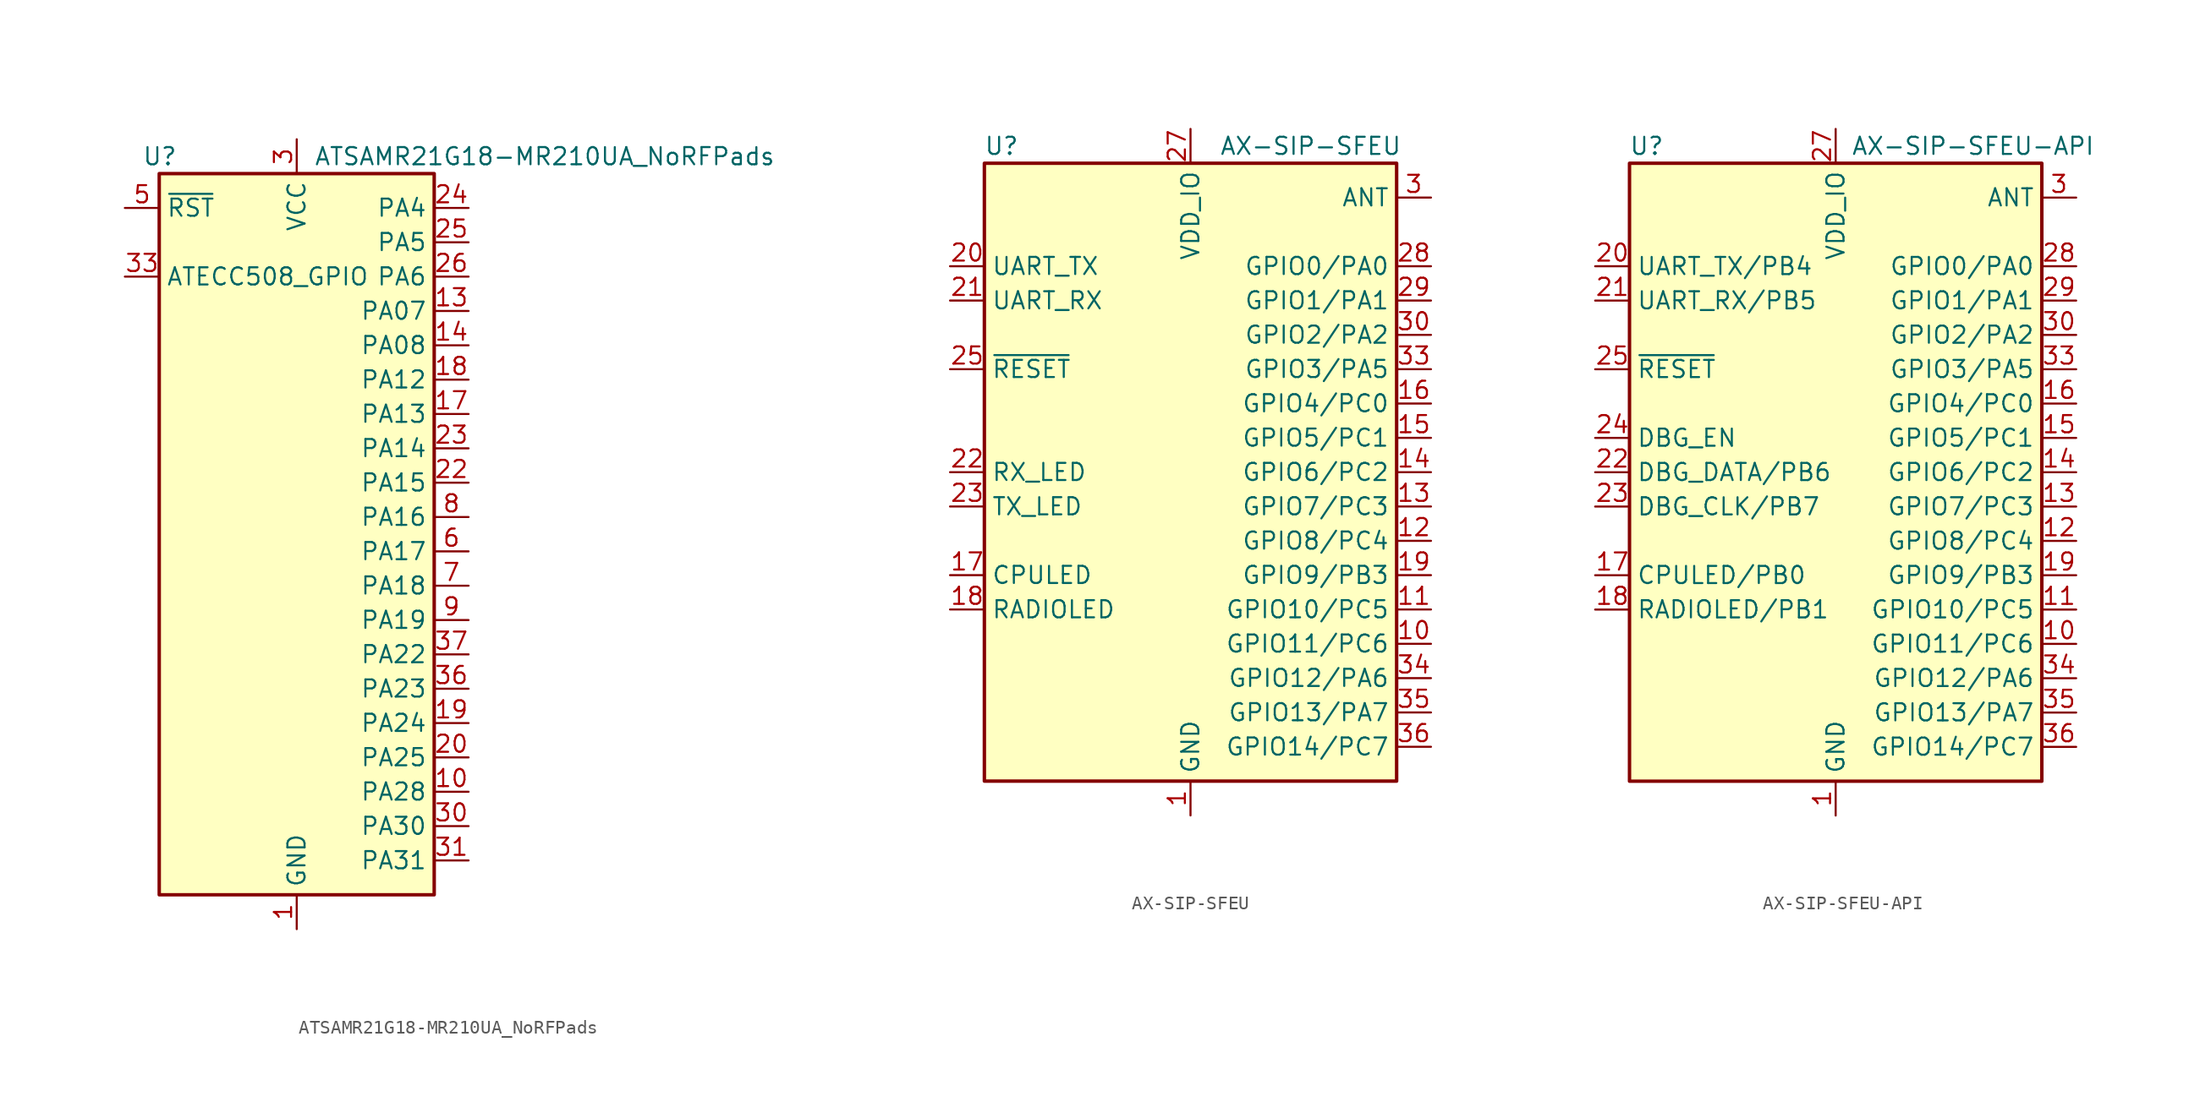
<source format=kicad_sym>
(kicad_symbol_lib
  (version 20200908)
  (generator kicad_symbol_editor)
  (symbol "RF_Module:ATSAMR21G18-MR210UA_NoRFPads"
    (property "Reference" "U"
      (at -11.43 29.21 0)
      (effects (font (size 1.27 1.27)) (justify left)))
    (property "Value" "ATSAMR21G18-MR210UA_NoRFPads"
      (at 1.27 29.21 0)
      (effects (font (size 1.27 1.27)) (justify left)))
    (symbol "ATSAMR21G18-MR210UA_NoRFPads_1_1"
      (rectangle (start -10.16 27.94) (end 10.16 -25.4) (stroke (width 0.254)) (fill (type background)))
      (pin power_in line (at 0 -27.94 90) (length 2.54) (name "GND" (effects (font (size 1.27 1.27)))) (number "1" (effects (font (size 1.27 1.27)))))
      (pin bidirectional line (at 12.7 -17.78 180) (length 2.54) (name "PA28" (effects (font (size 1.27 1.27)))) (number "10" (effects (font (size 1.27 1.27)))))
      (pin unconnected line (at -10.16 15.24 0) (length 2.54) hide (name "NC" (effects (font (size 1.27 1.27)))) (number "11" (effects (font (size 1.27 1.27)))))
      (pin passive line (at 0 -27.94 90) (length 2.54) hide (name "GND" (effects (font (size 1.27 1.27)))) (number "12" (effects (font (size 1.27 1.27)))))
      (pin bidirectional line (at 12.7 17.78 180) (length 2.54) (name "PA07" (effects (font (size 1.27 1.27)))) (number "13" (effects (font (size 1.27 1.27)))))
      (pin bidirectional line (at 12.7 15.24 180) (length 2.54) (name "PA08" (effects (font (size 1.27 1.27)))) (number "14" (effects (font (size 1.27 1.27)))))
      (pin unconnected line (at -10.16 12.7 0) (length 2.54) hide (name "NC" (effects (font (size 1.27 1.27)))) (number "15" (effects (font (size 1.27 1.27)))))
      (pin unconnected line (at -10.16 10.16 0) (length 2.54) hide (name "NC" (effects (font (size 1.27 1.27)))) (number "16" (effects (font (size 1.27 1.27)))))
      (pin bidirectional line (at 12.7 10.16 180) (length 2.54) (name "PA13" (effects (font (size 1.27 1.27)))) (number "17" (effects (font (size 1.27 1.27)))))
      (pin bidirectional line (at 12.7 12.7 180) (length 2.54) (name "PA12" (effects (font (size 1.27 1.27)))) (number "18" (effects (font (size 1.27 1.27)))))
      (pin bidirectional line (at 12.7 -12.7 180) (length 2.54) (name "PA24" (effects (font (size 1.27 1.27)))) (number "19" (effects (font (size 1.27 1.27)))))
      (pin passive line (at 0 -27.94 90) (length 2.54) hide (name "GND" (effects (font (size 1.27 1.27)))) (number "2" (effects (font (size 1.27 1.27)))))
      (pin bidirectional line (at 12.7 -15.24 180) (length 2.54) (name "PA25" (effects (font (size 1.27 1.27)))) (number "20" (effects (font (size 1.27 1.27)))))
      (pin unconnected line (at -10.16 7.62 0) (length 2.54) hide (name "NC" (effects (font (size 1.27 1.27)))) (number "21" (effects (font (size 1.27 1.27)))))
      (pin bidirectional line (at 12.7 5.08 180) (length 2.54) (name "PA15" (effects (font (size 1.27 1.27)))) (number "22" (effects (font (size 1.27 1.27)))))
      (pin bidirectional line (at 12.7 7.62 180) (length 2.54) (name "PA14" (effects (font (size 1.27 1.27)))) (number "23" (effects (font (size 1.27 1.27)))))
      (pin bidirectional line (at 12.7 25.4 180) (length 2.54) (name "PA4" (effects (font (size 1.27 1.27)))) (number "24" (effects (font (size 1.27 1.27)))))
      (pin bidirectional line (at 12.7 22.86 180) (length 2.54) (name "PA5" (effects (font (size 1.27 1.27)))) (number "25" (effects (font (size 1.27 1.27)))))
      (pin bidirectional line (at 12.7 20.32 180) (length 2.54) (name "PA6" (effects (font (size 1.27 1.27)))) (number "26" (effects (font (size 1.27 1.27)))))
      (pin unconnected line (at -10.16 5.08 0) (length 2.54) hide (name "NC" (effects (font (size 1.27 1.27)))) (number "27" (effects (font (size 1.27 1.27)))))
      (pin unconnected line (at -10.16 2.54 0) (length 2.54) hide (name "NC" (effects (font (size 1.27 1.27)))) (number "28" (effects (font (size 1.27 1.27)))))
      (pin passive line (at 0 -27.94 90) (length 2.54) hide (name "GND" (effects (font (size 1.27 1.27)))) (number "29" (effects (font (size 1.27 1.27)))))
      (pin power_in line (at 0 30.48 270) (length 2.54) (name "VCC" (effects (font (size 1.27 1.27)))) (number "3" (effects (font (size 1.27 1.27)))))
      (pin bidirectional line (at 12.7 -20.32 180) (length 2.54) (name "PA30" (effects (font (size 1.27 1.27)))) (number "30" (effects (font (size 1.27 1.27)))))
      (pin bidirectional line (at 12.7 -22.86 180) (length 2.54) (name "PA31" (effects (font (size 1.27 1.27)))) (number "31" (effects (font (size 1.27 1.27)))))
      (pin unconnected line (at -10.16 0 0) (length 2.54) hide (name "NC" (effects (font (size 1.27 1.27)))) (number "32" (effects (font (size 1.27 1.27)))))
      (pin bidirectional line (at -12.7 20.32 0) (length 2.54) (name "ATECC508_GPIO" (effects (font (size 1.27 1.27)))) (number "33" (effects (font (size 1.27 1.27)))))
      (pin unconnected line (at -10.16 -2.54 0) (length 2.54) hide (name "NC" (effects (font (size 1.27 1.27)))) (number "34" (effects (font (size 1.27 1.27)))))
      (pin unconnected line (at -10.16 -5.08 0) (length 2.54) hide (name "NC" (effects (font (size 1.27 1.27)))) (number "35" (effects (font (size 1.27 1.27)))))
      (pin bidirectional line (at 12.7 -10.16 180) (length 2.54) (name "PA23" (effects (font (size 1.27 1.27)))) (number "36" (effects (font (size 1.27 1.27)))))
      (pin bidirectional line (at 12.7 -7.62 180) (length 2.54) (name "PA22" (effects (font (size 1.27 1.27)))) (number "37" (effects (font (size 1.27 1.27)))))
      (pin unconnected line (at -10.16 -7.62 0) (length 2.54) hide (name "NC" (effects (font (size 1.27 1.27)))) (number "38" (effects (font (size 1.27 1.27)))))
      (pin unconnected line (at -10.16 -10.16 0) (length 2.54) hide (name "NC" (effects (font (size 1.27 1.27)))) (number "39" (effects (font (size 1.27 1.27)))))
      (pin passive line (at 0 30.48 270) (length 2.54) hide (name "VCC" (effects (font (size 1.27 1.27)))) (number "4" (effects (font (size 1.27 1.27)))))
      (pin unconnected line (at -10.16 -12.7 0) (length 2.54) hide (name "NC" (effects (font (size 1.27 1.27)))) (number "40" (effects (font (size 1.27 1.27)))))
      (pin passive line (at 0 -27.94 90) (length 2.54) hide (name "GND" (effects (font (size 1.27 1.27)))) (number "41" (effects (font (size 1.27 1.27)))))
      (pin passive line (at 0 -27.94 90) (length 2.54) hide (name "GND" (effects (font (size 1.27 1.27)))) (number "42" (effects (font (size 1.27 1.27)))))
      (pin input line (at -12.7 25.4 0) (length 2.54) (name "~RST" (effects (font (size 1.27 1.27)))) (number "5" (effects (font (size 1.27 1.27)))))
      (pin bidirectional line (at 12.7 0 180) (length 2.54) (name "PA17" (effects (font (size 1.27 1.27)))) (number "6" (effects (font (size 1.27 1.27)))))
      (pin bidirectional line (at 12.7 -2.54 180) (length 2.54) (name "PA18" (effects (font (size 1.27 1.27)))) (number "7" (effects (font (size 1.27 1.27)))))
      (pin bidirectional line (at 12.7 2.54 180) (length 2.54) (name "PA16" (effects (font (size 1.27 1.27)))) (number "8" (effects (font (size 1.27 1.27)))))
      (pin bidirectional line (at 12.7 -5.08 180) (length 2.54) (name "PA19" (effects (font (size 1.27 1.27)))) (number "9" (effects (font (size 1.27 1.27)))))))
  (symbol "RF_Module:AX-SIP-SFEU"
    (property "Reference" "U"
      (at -13.97 24.13 0)
      (effects (font (size 1.27 1.27))))
    (property "Value" "AX-SIP-SFEU"
      (at 8.89 24.13 0)
      (effects (font (size 1.27 1.27))))
    (symbol "AX-SIP-SFEU_0_1"
      (rectangle (start -15.24 22.86) (end 15.24 -22.86) (stroke (width 0.254)) (fill (type background))))
    (symbol "AX-SIP-SFEU_1_1"
      (pin power_in line (at 0 -25.4 90) (length 2.54) (name "GND" (effects (font (size 1.27 1.27)))) (number "1" (effects (font (size 1.27 1.27)))))
      (pin bidirectional line (at 17.78 -12.7 180) (length 2.54) (name "GPIO11/PC6" (effects (font (size 1.27 1.27)))) (number "10" (effects (font (size 1.27 1.27)))))
      (pin bidirectional line (at 17.78 -10.16 180) (length 2.54) (name "GPIO10/PC5" (effects (font (size 1.27 1.27)))) (number "11" (effects (font (size 1.27 1.27)))))
      (pin bidirectional line (at 17.78 -5.08 180) (length 2.54) (name "GPIO8/PC4" (effects (font (size 1.27 1.27)))) (number "12" (effects (font (size 1.27 1.27)))))
      (pin bidirectional line (at 17.78 -2.54 180) (length 2.54) (name "GPIO7/PC3" (effects (font (size 1.27 1.27)))) (number "13" (effects (font (size 1.27 1.27)))))
      (pin bidirectional line (at 17.78 0 180) (length 2.54) (name "GPIO6/PC2" (effects (font (size 1.27 1.27)))) (number "14" (effects (font (size 1.27 1.27)))))
      (pin bidirectional line (at 17.78 2.54 180) (length 2.54) (name "GPIO5/PC1" (effects (font (size 1.27 1.27)))) (number "15" (effects (font (size 1.27 1.27)))))
      (pin bidirectional line (at 17.78 5.08 180) (length 2.54) (name "GPIO4/PC0" (effects (font (size 1.27 1.27)))) (number "16" (effects (font (size 1.27 1.27)))))
      (pin output line (at -17.78 -7.62 0) (length 2.54) (name "CPULED" (effects (font (size 1.27 1.27)))) (number "17" (effects (font (size 1.27 1.27)))))
      (pin output line (at -17.78 -10.16 0) (length 2.54) (name "RADIOLED" (effects (font (size 1.27 1.27)))) (number "18" (effects (font (size 1.27 1.27)))))
      (pin bidirectional line (at 17.78 -7.62 180) (length 2.54) (name "GPIO9/PB3" (effects (font (size 1.27 1.27)))) (number "19" (effects (font (size 1.27 1.27)))))
      (pin passive line (at 0 -25.4 90) (length 2.54) hide (name "GND" (effects (font (size 1.27 1.27)))) (number "2" (effects (font (size 1.27 1.27)))))
      (pin output line (at -17.78 15.24 0) (length 2.54) (name "UART_TX" (effects (font (size 1.27 1.27)))) (number "20" (effects (font (size 1.27 1.27)))))
      (pin input line (at -17.78 12.7 0) (length 2.54) (name "UART_RX" (effects (font (size 1.27 1.27)))) (number "21" (effects (font (size 1.27 1.27)))))
      (pin output line (at -17.78 0 0) (length 2.54) (name "RX_LED" (effects (font (size 1.27 1.27)))) (number "22" (effects (font (size 1.27 1.27)))))
      (pin output line (at -17.78 -2.54 0) (length 2.54) (name "TX_LED" (effects (font (size 1.27 1.27)))) (number "23" (effects (font (size 1.27 1.27)))))
      (pin unconnected line (at -15.24 2.54 0) (length 2.54) hide (name "NC24" (effects (font (size 1.27 1.27)))) (number "24" (effects (font (size 1.27 1.27)))))
      (pin input line (at -17.78 7.62 0) (length 2.54) (name "~RESET" (effects (font (size 1.27 1.27)))) (number "25" (effects (font (size 1.27 1.27)))))
      (pin passive line (at 0 -25.4 90) (length 2.54) hide (name "GND" (effects (font (size 1.27 1.27)))) (number "26" (effects (font (size 1.27 1.27)))))
      (pin power_in line (at 0 25.4 270) (length 2.54) (name "VDD_IO" (effects (font (size 1.27 1.27)))) (number "27" (effects (font (size 1.27 1.27)))))
      (pin bidirectional line (at 17.78 15.24 180) (length 2.54) (name "GPIO0/PA0" (effects (font (size 1.27 1.27)))) (number "28" (effects (font (size 1.27 1.27)))))
      (pin bidirectional line (at 17.78 12.7 180) (length 2.54) (name "GPIO1/PA1" (effects (font (size 1.27 1.27)))) (number "29" (effects (font (size 1.27 1.27)))))
      (pin passive line (at 17.78 20.32 180) (length 2.54) (name "ANT" (effects (font (size 1.27 1.27)))) (number "3" (effects (font (size 1.27 1.27)))))
      (pin bidirectional line (at 17.78 10.16 180) (length 2.54) (name "GPIO2/PA2" (effects (font (size 1.27 1.27)))) (number "30" (effects (font (size 1.27 1.27)))))
      (pin unconnected line (at 2.54 22.86 270) (length 2.54) hide (name "NC" (effects (font (size 1.27 1.27)))) (number "31" (effects (font (size 1.27 1.27)))))
      (pin unconnected line (at 5.08 22.86 270) (length 2.54) hide (name "NC" (effects (font (size 1.27 1.27)))) (number "32" (effects (font (size 1.27 1.27)))))
      (pin bidirectional line (at 17.78 7.62 180) (length 2.54) (name "GPIO3/PA5" (effects (font (size 1.27 1.27)))) (number "33" (effects (font (size 1.27 1.27)))))
      (pin bidirectional line (at 17.78 -15.24 180) (length 2.54) (name "GPIO12/PA6" (effects (font (size 1.27 1.27)))) (number "34" (effects (font (size 1.27 1.27)))))
      (pin bidirectional line (at 17.78 -17.78 180) (length 2.54) (name "GPIO13/PA7" (effects (font (size 1.27 1.27)))) (number "35" (effects (font (size 1.27 1.27)))))
      (pin bidirectional line (at 17.78 -20.32 180) (length 2.54) (name "GPIO14/PC7" (effects (font (size 1.27 1.27)))) (number "36" (effects (font (size 1.27 1.27)))))
      (pin unconnected line (at 7.62 22.86 270) (length 2.54) hide (name "NC" (effects (font (size 1.27 1.27)))) (number "37" (effects (font (size 1.27 1.27)))))
      (pin unconnected line (at 10.16 22.86 270) (length 2.54) hide (name "NC" (effects (font (size 1.27 1.27)))) (number "38" (effects (font (size 1.27 1.27)))))
      (pin passive line (at 0 -25.4 90) (length 2.54) hide (name "GND" (effects (font (size 1.27 1.27)))) (number "39" (effects (font (size 1.27 1.27)))))
      (pin passive line (at 0 -25.4 90) (length 2.54) hide (name "GND" (effects (font (size 1.27 1.27)))) (number "4" (effects (font (size 1.27 1.27)))))
      (pin passive line (at 0 -25.4 90) (length 2.54) hide (name "GND" (effects (font (size 1.27 1.27)))) (number "40" (effects (font (size 1.27 1.27)))))
      (pin passive line (at 0 -25.4 90) (length 2.54) hide (name "GND" (effects (font (size 1.27 1.27)))) (number "41" (effects (font (size 1.27 1.27)))))
      (pin passive line (at 0 -25.4 90) (length 2.54) hide (name "GND" (effects (font (size 1.27 1.27)))) (number "42" (effects (font (size 1.27 1.27)))))
      (pin passive line (at 0 -25.4 90) (length 2.54) hide (name "GND" (effects (font (size 1.27 1.27)))) (number "43" (effects (font (size 1.27 1.27)))))
      (pin passive line (at 0 -25.4 90) (length 2.54) hide (name "GND" (effects (font (size 1.27 1.27)))) (number "44" (effects (font (size 1.27 1.27)))))
      (pin unconnected line (at -10.16 22.86 270) (length 2.54) hide (name "NC" (effects (font (size 1.27 1.27)))) (number "5" (effects (font (size 1.27 1.27)))))
      (pin passive line (at 0 -25.4 90) (length 2.54) hide (name "GND" (effects (font (size 1.27 1.27)))) (number "6" (effects (font (size 1.27 1.27)))))
      (pin unconnected line (at -7.62 22.86 270) (length 2.54) hide (name "NC" (effects (font (size 1.27 1.27)))) (number "7" (effects (font (size 1.27 1.27)))))
      (pin unconnected line (at -5.08 22.86 270) (length 2.54) hide (name "NC" (effects (font (size 1.27 1.27)))) (number "8" (effects (font (size 1.27 1.27)))))
      (pin unconnected line (at -2.54 22.86 270) (length 2.54) hide (name "NC" (effects (font (size 1.27 1.27)))) (number "9" (effects (font (size 1.27 1.27)))))))
  (symbol "RF_Module:AX-SIP-SFEU-API"
    (property "Reference" "U"
      (at -13.97 24.13 0)
      (effects (font (size 1.27 1.27))))
    (property "Value" "AX-SIP-SFEU-API"
      (at 10.16 24.13 0)
      (effects (font (size 1.27 1.27))))
    (symbol "AX-SIP-SFEU-API_0_1"
      (rectangle (start -15.24 22.86) (end 15.24 -22.86) (stroke (width 0.254)) (fill (type background))))
    (symbol "AX-SIP-SFEU-API_1_1"
      (pin power_in line (at 0 -25.4 90) (length 2.54) (name "GND" (effects (font (size 1.27 1.27)))) (number "1" (effects (font (size 1.27 1.27)))))
      (pin bidirectional line (at 17.78 -12.7 180) (length 2.54) (name "GPIO11/PC6" (effects (font (size 1.27 1.27)))) (number "10" (effects (font (size 1.27 1.27)))))
      (pin bidirectional line (at 17.78 -10.16 180) (length 2.54) (name "GPIO10/PC5" (effects (font (size 1.27 1.27)))) (number "11" (effects (font (size 1.27 1.27)))))
      (pin bidirectional line (at 17.78 -5.08 180) (length 2.54) (name "GPIO8/PC4" (effects (font (size 1.27 1.27)))) (number "12" (effects (font (size 1.27 1.27)))))
      (pin bidirectional line (at 17.78 -2.54 180) (length 2.54) (name "GPIO7/PC3" (effects (font (size 1.27 1.27)))) (number "13" (effects (font (size 1.27 1.27)))))
      (pin bidirectional line (at 17.78 0 180) (length 2.54) (name "GPIO6/PC2" (effects (font (size 1.27 1.27)))) (number "14" (effects (font (size 1.27 1.27)))))
      (pin bidirectional line (at 17.78 2.54 180) (length 2.54) (name "GPIO5/PC1" (effects (font (size 1.27 1.27)))) (number "15" (effects (font (size 1.27 1.27)))))
      (pin bidirectional line (at 17.78 5.08 180) (length 2.54) (name "GPIO4/PC0" (effects (font (size 1.27 1.27)))) (number "16" (effects (font (size 1.27 1.27)))))
      (pin output line (at -17.78 -7.62 0) (length 2.54) (name "CPULED/PB0" (effects (font (size 1.27 1.27)))) (number "17" (effects (font (size 1.27 1.27)))))
      (pin output line (at -17.78 -10.16 0) (length 2.54) (name "RADIOLED/PB1" (effects (font (size 1.27 1.27)))) (number "18" (effects (font (size 1.27 1.27)))))
      (pin bidirectional line (at 17.78 -7.62 180) (length 2.54) (name "GPIO9/PB3" (effects (font (size 1.27 1.27)))) (number "19" (effects (font (size 1.27 1.27)))))
      (pin passive line (at 0 -25.4 90) (length 2.54) hide (name "GND" (effects (font (size 1.27 1.27)))) (number "2" (effects (font (size 1.27 1.27)))))
      (pin output line (at -17.78 15.24 0) (length 2.54) (name "UART_TX/PB4" (effects (font (size 1.27 1.27)))) (number "20" (effects (font (size 1.27 1.27)))))
      (pin input line (at -17.78 12.7 0) (length 2.54) (name "UART_RX/PB5" (effects (font (size 1.27 1.27)))) (number "21" (effects (font (size 1.27 1.27)))))
      (pin bidirectional line (at -17.78 0 0) (length 2.54) (name "DBG_DATA/PB6" (effects (font (size 1.27 1.27)))) (number "22" (effects (font (size 1.27 1.27)))))
      (pin input line (at -17.78 -2.54 0) (length 2.54) (name "DBG_CLK/PB7" (effects (font (size 1.27 1.27)))) (number "23" (effects (font (size 1.27 1.27)))))
      (pin input line (at -17.78 2.54 0) (length 2.54) (name "DBG_EN" (effects (font (size 1.27 1.27)))) (number "24" (effects (font (size 1.27 1.27)))))
      (pin input line (at -17.78 7.62 0) (length 2.54) (name "~RESET" (effects (font (size 1.27 1.27)))) (number "25" (effects (font (size 1.27 1.27)))))
      (pin passive line (at 0 -25.4 90) (length 2.54) hide (name "GND" (effects (font (size 1.27 1.27)))) (number "26" (effects (font (size 1.27 1.27)))))
      (pin power_in line (at 0 25.4 270) (length 2.54) (name "VDD_IO" (effects (font (size 1.27 1.27)))) (number "27" (effects (font (size 1.27 1.27)))))
      (pin bidirectional line (at 17.78 15.24 180) (length 2.54) (name "GPIO0/PA0" (effects (font (size 1.27 1.27)))) (number "28" (effects (font (size 1.27 1.27)))))
      (pin bidirectional line (at 17.78 12.7 180) (length 2.54) (name "GPIO1/PA1" (effects (font (size 1.27 1.27)))) (number "29" (effects (font (size 1.27 1.27)))))
      (pin passive line (at 17.78 20.32 180) (length 2.54) (name "ANT" (effects (font (size 1.27 1.27)))) (number "3" (effects (font (size 1.27 1.27)))))
      (pin bidirectional line (at 17.78 10.16 180) (length 2.54) (name "GPIO2/PA2" (effects (font (size 1.27 1.27)))) (number "30" (effects (font (size 1.27 1.27)))))
      (pin unconnected line (at 2.54 22.86 270) (length 2.54) hide (name "NC" (effects (font (size 1.27 1.27)))) (number "31" (effects (font (size 1.27 1.27)))))
      (pin unconnected line (at 5.08 22.86 270) (length 2.54) hide (name "NC" (effects (font (size 1.27 1.27)))) (number "32" (effects (font (size 1.27 1.27)))))
      (pin bidirectional line (at 17.78 7.62 180) (length 2.54) (name "GPIO3/PA5" (effects (font (size 1.27 1.27)))) (number "33" (effects (font (size 1.27 1.27)))))
      (pin bidirectional line (at 17.78 -15.24 180) (length 2.54) (name "GPIO12/PA6" (effects (font (size 1.27 1.27)))) (number "34" (effects (font (size 1.27 1.27)))))
      (pin bidirectional line (at 17.78 -17.78 180) (length 2.54) (name "GPIO13/PA7" (effects (font (size 1.27 1.27)))) (number "35" (effects (font (size 1.27 1.27)))))
      (pin bidirectional line (at 17.78 -20.32 180) (length 2.54) (name "GPIO14/PC7" (effects (font (size 1.27 1.27)))) (number "36" (effects (font (size 1.27 1.27)))))
      (pin unconnected line (at 7.62 22.86 270) (length 2.54) hide (name "NC" (effects (font (size 1.27 1.27)))) (number "37" (effects (font (size 1.27 1.27)))))
      (pin unconnected line (at 10.16 22.86 270) (length 2.54) hide (name "NC" (effects (font (size 1.27 1.27)))) (number "38" (effects (font (size 1.27 1.27)))))
      (pin passive line (at 0 -25.4 90) (length 2.54) hide (name "GND" (effects (font (size 1.27 1.27)))) (number "39" (effects (font (size 1.27 1.27)))))
      (pin passive line (at 0 -25.4 90) (length 2.54) hide (name "GND" (effects (font (size 1.27 1.27)))) (number "4" (effects (font (size 1.27 1.27)))))
      (pin passive line (at 0 -25.4 90) (length 2.54) hide (name "GND" (effects (font (size 1.27 1.27)))) (number "40" (effects (font (size 1.27 1.27)))))
      (pin passive line (at 0 -25.4 90) (length 2.54) hide (name "GND" (effects (font (size 1.27 1.27)))) (number "41" (effects (font (size 1.27 1.27)))))
      (pin passive line (at 0 -25.4 90) (length 2.54) hide (name "GND" (effects (font (size 1.27 1.27)))) (number "42" (effects (font (size 1.27 1.27)))))
      (pin passive line (at 0 -25.4 90) (length 2.54) hide (name "GND" (effects (font (size 1.27 1.27)))) (number "43" (effects (font (size 1.27 1.27)))))
      (pin passive line (at 0 -25.4 90) (length 2.54) hide (name "GND" (effects (font (size 1.27 1.27)))) (number "44" (effects (font (size 1.27 1.27)))))
      (pin unconnected line (at -10.16 22.86 270) (length 2.54) hide (name "NC" (effects (font (size 1.27 1.27)))) (number "5" (effects (font (size 1.27 1.27)))))
      (pin passive line (at 0 -25.4 90) (length 2.54) hide (name "GND" (effects (font (size 1.27 1.27)))) (number "6" (effects (font (size 1.27 1.27)))))
      (pin unconnected line (at -7.62 22.86 270) (length 2.54) hide (name "NC" (effects (font (size 1.27 1.27)))) (number "7" (effects (font (size 1.27 1.27)))))
      (pin unconnected line (at -5.08 22.86 270) (length 2.54) hide (name "NC" (effects (font (size 1.27 1.27)))) (number "8" (effects (font (size 1.27 1.27)))))
      (pin unconnected line (at -2.54 22.86 270) (length 2.54) hide (name "NC" (effects (font (size 1.27 1.27)))) (number "9" (effects (font (size 1.27 1.27))))))))
</source>
